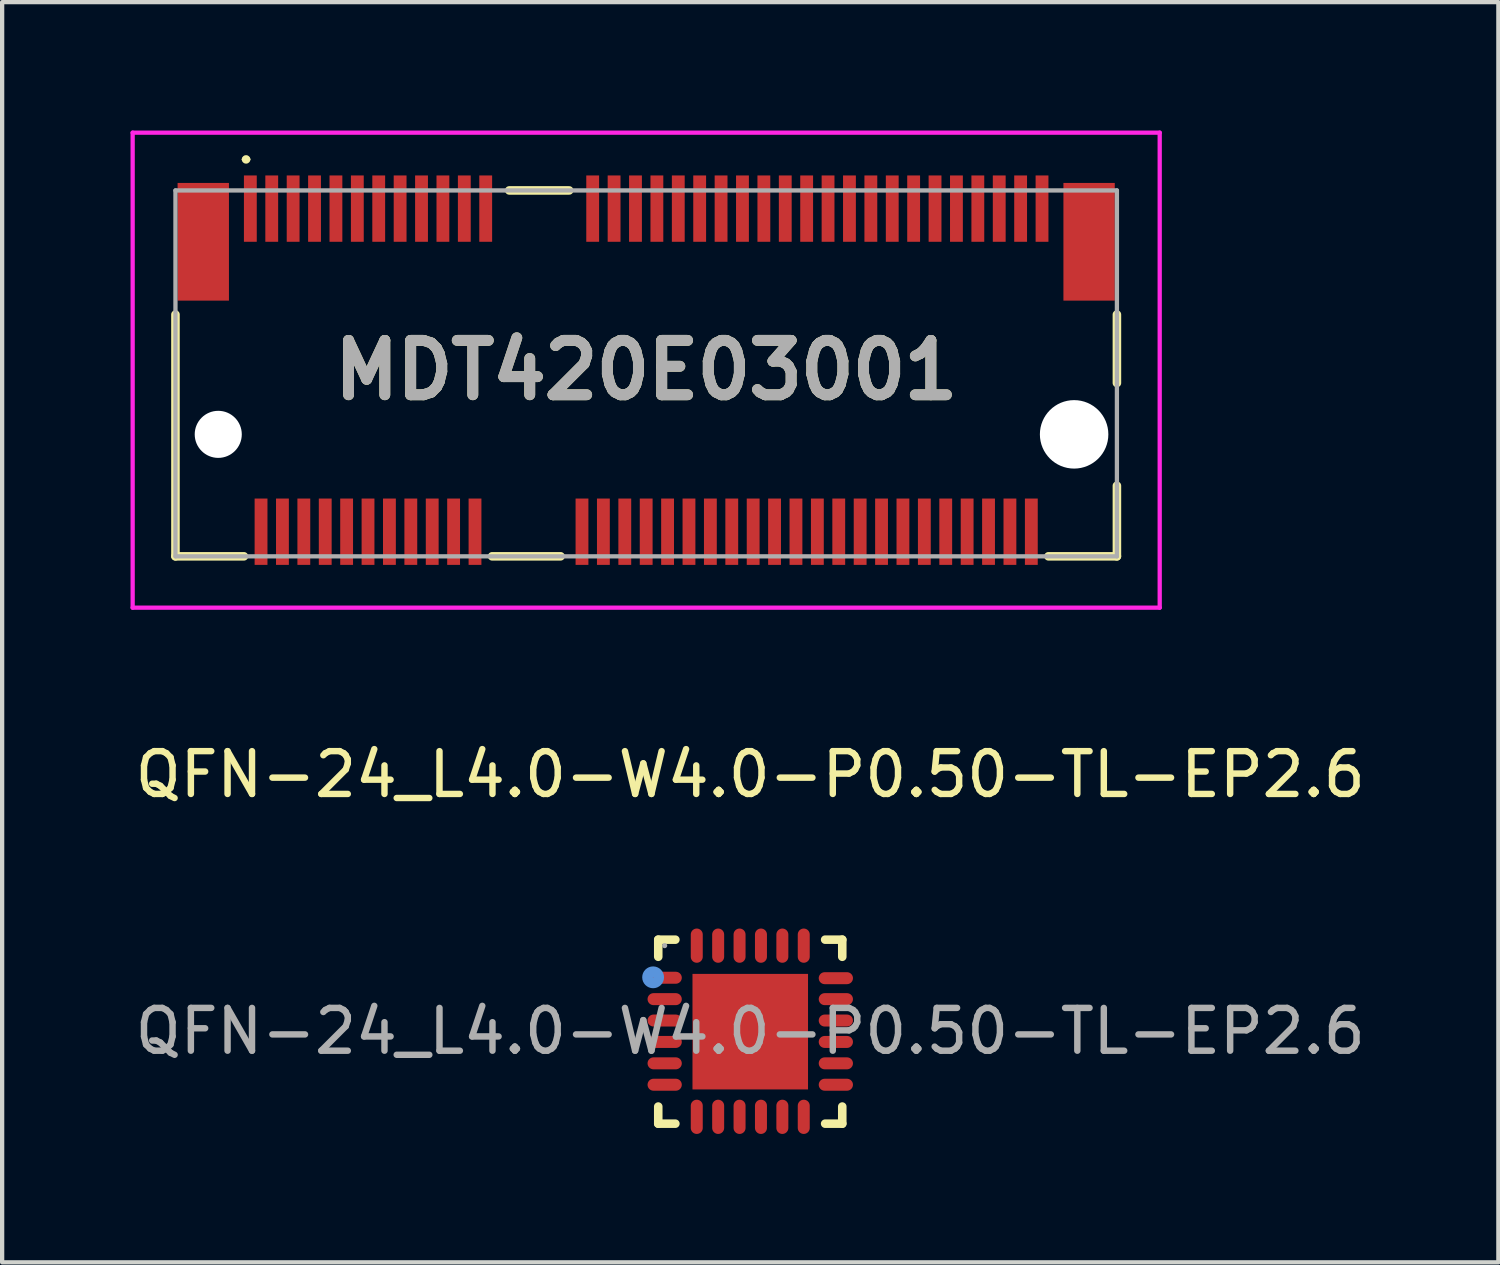
<source format=kicad_pcb>
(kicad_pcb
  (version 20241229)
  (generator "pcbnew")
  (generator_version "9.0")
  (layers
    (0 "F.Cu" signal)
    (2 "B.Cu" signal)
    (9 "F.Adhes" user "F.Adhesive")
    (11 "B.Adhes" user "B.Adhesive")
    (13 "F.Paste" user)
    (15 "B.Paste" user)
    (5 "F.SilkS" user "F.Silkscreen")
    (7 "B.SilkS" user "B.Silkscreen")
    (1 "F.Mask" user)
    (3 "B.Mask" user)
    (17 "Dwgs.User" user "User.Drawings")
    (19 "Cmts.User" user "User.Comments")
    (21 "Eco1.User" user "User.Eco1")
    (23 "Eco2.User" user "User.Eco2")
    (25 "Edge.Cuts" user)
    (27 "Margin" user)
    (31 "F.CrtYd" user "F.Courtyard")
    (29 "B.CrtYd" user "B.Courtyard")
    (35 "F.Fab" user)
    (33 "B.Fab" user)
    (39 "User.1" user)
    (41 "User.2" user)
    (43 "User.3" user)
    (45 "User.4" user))
  (footprint "QFN-24_L4.0-W4.0-P0.50-TL-EP2.6"
    (layer "F.Cu")
    (at 14.482 21.048)
    (property "Reference" "QFN-24_L4.0-W4.0-P0.50-TL-EP2.6" (at 0 -6 0) (layer "F.SilkS") (effects (font (size 1 1) (thickness 0.15))))
    (attr through_hole)
    (fp_line (start -2.15 -2.14) (end -1.75 -2.14) (stroke (width 0.2) (type solid)) (layer "F.SilkS"))
    (fp_line (start -2.15 -1.74) (end -2.15 -2.14) (stroke (width 0.2) (type solid)) (layer "F.SilkS"))
    (fp_line (start -2.15 2.16) (end -2.15 1.76) (stroke (width 0.2) (type solid)) (layer "F.SilkS"))
    (fp_line (start -1.75 2.16) (end -2.15 2.16) (stroke (width 0.2) (type solid)) (layer "F.SilkS"))
    (fp_line (start 1.75 -2.14) (end 2.15 -2.14) (stroke (width 0.2) (type solid)) (layer "F.SilkS"))
    (fp_line (start 1.75 2.16) (end 2.15 2.16) (stroke (width 0.2) (type solid)) (layer "F.SilkS"))
    (fp_line (start 2.15 -2.14) (end 2.15 -1.74) (stroke (width 0.2) (type solid)) (layer "F.SilkS"))
    (fp_line (start 2.15 2.16) (end 2.15 1.76) (stroke (width 0.2) (type solid)) (layer "F.SilkS"))
    (fp_circle (center -2.27 -1.26) (end -2.14 -1.26) (stroke (width 0.25) (type solid)) (fill no) (layer "Cmts.User"))
    (fp_circle (center -2 -2) (end -1.97 -2) (stroke (width 0.06) (type solid)) (fill no) (layer "F.Fab"))
    (fp_text user "${REFERENCE}" (at 0 0 0) (layer "F.Fab") (effects (font (size 1 1) (thickness 0.15))))
    (pad "1" smd oval (at -2 -1.25 90) (size 0.28 0.8) (layers "F.Cu" "F.Mask" "F.Paste"))
    (pad "2" smd oval (at -2 -0.75 90) (size 0.28 0.8) (layers "F.Cu" "F.Mask" "F.Paste"))
    (pad "3" smd oval (at -2 -0.25 90) (size 0.28 0.8) (layers "F.Cu" "F.Mask" "F.Paste"))
    (pad "4" smd oval (at -2 0.25 90) (size 0.28 0.8) (layers "F.Cu" "F.Mask" "F.Paste"))
    (pad "5" smd oval (at -2 0.75 90) (size 0.28 0.8) (layers "F.Cu" "F.Mask" "F.Paste"))
    (pad "6" smd oval (at -2 1.25 90) (size 0.28 0.8) (layers "F.Cu" "F.Mask" "F.Paste"))
    (pad "7" smd oval (at -1.25 2) (size 0.28 0.8) (layers "F.Cu" "F.Mask" "F.Paste"))
    (pad "8" smd oval (at -0.75 2) (size 0.28 0.8) (layers "F.Cu" "F.Mask" "F.Paste"))
    (pad "9" smd oval (at -0.25 2) (size 0.28 0.8) (layers "F.Cu" "F.Mask" "F.Paste"))
    (pad "10" smd oval (at 0.25 2) (size 0.28 0.8) (layers "F.Cu" "F.Mask" "F.Paste"))
    (pad "11" smd oval (at 0.75 2) (size 0.28 0.8) (layers "F.Cu" "F.Mask" "F.Paste"))
    (pad "12" smd oval (at 1.25 2) (size 0.28 0.8) (layers "F.Cu" "F.Mask" "F.Paste"))
    (pad "13" smd oval (at 2 1.25 90) (size 0.28 0.8) (layers "F.Cu" "F.Mask" "F.Paste"))
    (pad "14" smd oval (at 2 0.75 90) (size 0.28 0.8) (layers "F.Cu" "F.Mask" "F.Paste"))
    (pad "15" smd oval (at 2 0.25 90) (size 0.28 0.8) (layers "F.Cu" "F.Mask" "F.Paste"))
    (pad "16" smd oval (at 2 -0.25 90) (size 0.28 0.8) (layers "F.Cu" "F.Mask" "F.Paste"))
    (pad "17" smd oval (at 2 -0.75 90) (size 0.28 0.8) (layers "F.Cu" "F.Mask" "F.Paste"))
    (pad "18" smd oval (at 2 -1.24 90) (size 0.28 0.8) (layers "F.Cu" "F.Mask" "F.Paste"))
    (pad "19" smd oval (at 1.25 -2) (size 0.28 0.8) (layers "F.Cu" "F.Mask" "F.Paste"))
    (pad "20" smd oval (at 0.75 -2) (size 0.28 0.8) (layers "F.Cu" "F.Mask" "F.Paste"))
    (pad "21" smd oval (at 0.25 -2) (size 0.28 0.8) (layers "F.Cu" "F.Mask" "F.Paste"))
    (pad "22" smd oval (at -0.25 -2) (size 0.28 0.8) (layers "F.Cu" "F.Mask" "F.Paste"))
    (pad "23" smd oval (at -0.75 -2) (size 0.28 0.8) (layers "F.Cu" "F.Mask" "F.Paste"))
    (pad "24" smd oval (at -1.25 -2) (size 0.28 0.8) (layers "F.Cu" "F.Mask" "F.Paste"))
    (pad "25" smd rect (at 0 0.01) (size 2.7 2.7) (layers "F.Cu" "F.Mask" "F.Paste")))
  (footprint "MDT420E03001"
    (layer "F.Cu")
    (at 2.8 1.825)
    (property "Reference" "MDT420E03001" (at 9.25 3.775 0) (layer "F.SilkS") (effects (font (size 1.27 1.27) (thickness 0.254))))
    (attr through_hole)
    (fp_line (start -1.75 8.125) (end -1.75 2.475) (stroke (width 0.2) (type solid)) (layer "F.SilkS"))
    (fp_line (start -0.15 -1.15) (end -0.15 -1.15) (stroke (width 0.1) (type solid)) (layer "F.SilkS"))
    (fp_line (start -0.15 8.125) (end -1.75 8.125) (stroke (width 0.2) (type solid)) (layer "F.SilkS"))
    (fp_line (start -0.05 -1.15) (end -0.05 -1.15) (stroke (width 0.1) (type solid)) (layer "F.SilkS"))
    (fp_line (start 7.25 8.125) (end 5.65 8.125) (stroke (width 0.2) (type solid)) (layer "F.SilkS"))
    (fp_line (start 7.45 -0.425) (end 6.05 -0.425) (stroke (width 0.2) (type solid)) (layer "F.SilkS"))
    (fp_line (start 18.65 8.125) (end 20.25 8.125) (stroke (width 0.2) (type solid)) (layer "F.SilkS"))
    (fp_line (start 20.25 2.475) (end 20.25 4.075) (stroke (width 0.2) (type solid)) (layer "F.SilkS"))
    (fp_line (start 20.25 8.125) (end 20.25 6.475) (stroke (width 0.2) (type solid)) (layer "F.SilkS"))
    (fp_arc (start -0.15 -1.15) (mid -0.1 -1.2) (end -0.05 -1.15) (stroke (width 0.1) (type solid)) (layer "F.SilkS"))
    (fp_arc (start -0.05 -1.15) (mid -0.1 -1.1) (end -0.15 -1.15) (stroke (width 0.1) (type solid)) (layer "F.SilkS"))
    (fp_line (start -2.75 -1.775) (end 21.25 -1.775) (stroke (width 0.1) (type solid)) (layer "F.CrtYd"))
    (fp_line (start -2.75 9.325) (end -2.75 -1.775) (stroke (width 0.1) (type solid)) (layer "F.CrtYd"))
    (fp_line (start 21.25 -1.775) (end 21.25 9.325) (stroke (width 0.1) (type solid)) (layer "F.CrtYd"))
    (fp_line (start 21.25 9.325) (end -2.75 9.325) (stroke (width 0.1) (type solid)) (layer "F.CrtYd"))
    (fp_line (start -1.75 -0.425) (end 20.25 -0.425) (stroke (width 0.1) (type solid)) (layer "F.Fab"))
    (fp_line (start -1.75 8.125) (end -1.75 -0.425) (stroke (width 0.1) (type solid)) (layer "F.Fab"))
    (fp_line (start 20.25 -0.425) (end 20.25 8.125) (stroke (width 0.1) (type solid)) (layer "F.Fab"))
    (fp_line (start 20.25 8.125) (end -1.75 8.125) (stroke (width 0.1) (type solid)) (layer "F.Fab"))
    (fp_text user "${REFERENCE}" (at 9.25 3.775 0) (layer "F.Fab") (effects (font (size 1.27 1.27) (thickness 0.254))))
    (pad "" np_thru_hole circle (at -0.75 5.275) (size 1.1 1.1) (drill 1.1) (layers "*.Cu" "*.Mask"))
    (pad "" np_thru_hole circle (at 19.25 5.275) (size 1.6 1.6) (drill 1.6) (layers "*.Cu" "*.Mask"))
    (pad "1" smd rect (at 0 0) (size 0.3 1.55) (layers "F.Cu" "F.Mask" "F.Paste"))
    (pad "2" smd rect (at 0.25 7.55) (size 0.3 1.55) (layers "F.Cu" "F.Mask" "F.Paste"))
    (pad "3" smd rect (at 0.5 0) (size 0.3 1.55) (layers "F.Cu" "F.Mask" "F.Paste"))
    (pad "4" smd rect (at 0.75 7.55) (size 0.3 1.55) (layers "F.Cu" "F.Mask" "F.Paste"))
    (pad "5" smd rect (at 1 0) (size 0.3 1.55) (layers "F.Cu" "F.Mask" "F.Paste"))
    (pad "6" smd rect (at 1.25 7.55) (size 0.3 1.55) (layers "F.Cu" "F.Mask" "F.Paste"))
    (pad "7" smd rect (at 1.5 0) (size 0.3 1.55) (layers "F.Cu" "F.Mask" "F.Paste"))
    (pad "8" smd rect (at 1.75 7.55) (size 0.3 1.55) (layers "F.Cu" "F.Mask" "F.Paste"))
    (pad "9" smd rect (at 2 0) (size 0.3 1.55) (layers "F.Cu" "F.Mask" "F.Paste"))
    (pad "10" smd rect (at 2.25 7.55) (size 0.3 1.55) (layers "F.Cu" "F.Mask" "F.Paste"))
    (pad "11" smd rect (at 2.5 0) (size 0.3 1.55) (layers "F.Cu" "F.Mask" "F.Paste"))
    (pad "12" smd rect (at 2.75 7.55) (size 0.3 1.55) (layers "F.Cu" "F.Mask" "F.Paste"))
    (pad "13" smd rect (at 3 0) (size 0.3 1.55) (layers "F.Cu" "F.Mask" "F.Paste"))
    (pad "14" smd rect (at 3.25 7.55) (size 0.3 1.55) (layers "F.Cu" "F.Mask" "F.Paste"))
    (pad "15" smd rect (at 3.5 0) (size 0.3 1.55) (layers "F.Cu" "F.Mask" "F.Paste"))
    (pad "16" smd rect (at 3.75 7.55) (size 0.3 1.55) (layers "F.Cu" "F.Mask" "F.Paste"))
    (pad "17" smd rect (at 4 0) (size 0.3 1.55) (layers "F.Cu" "F.Mask" "F.Paste"))
    (pad "18" smd rect (at 4.25 7.55) (size 0.3 1.55) (layers "F.Cu" "F.Mask" "F.Paste"))
    (pad "19" smd rect (at 4.5 0) (size 0.3 1.55) (layers "F.Cu" "F.Mask" "F.Paste"))
    (pad "20" smd rect (at 4.75 7.55) (size 0.3 1.55) (layers "F.Cu" "F.Mask" "F.Paste"))
    (pad "21" smd rect (at 5 0) (size 0.3 1.55) (layers "F.Cu" "F.Mask" "F.Paste"))
    (pad "22" smd rect (at 5.25 7.55) (size 0.3 1.55) (layers "F.Cu" "F.Mask" "F.Paste"))
    (pad "23" smd rect (at 5.5 0) (size 0.3 1.55) (layers "F.Cu" "F.Mask" "F.Paste"))
    (pad "32" smd rect (at 7.75 7.55) (size 0.3 1.55) (layers "F.Cu" "F.Mask" "F.Paste"))
    (pad "33" smd rect (at 8 0) (size 0.3 1.55) (layers "F.Cu" "F.Mask" "F.Paste"))
    (pad "34" smd rect (at 8.25 7.55) (size 0.3 1.55) (layers "F.Cu" "F.Mask" "F.Paste"))
    (pad "35" smd rect (at 8.5 0) (size 0.3 1.55) (layers "F.Cu" "F.Mask" "F.Paste"))
    (pad "36" smd rect (at 8.75 7.55) (size 0.3 1.55) (layers "F.Cu" "F.Mask" "F.Paste"))
    (pad "37" smd rect (at 9 0) (size 0.3 1.55) (layers "F.Cu" "F.Mask" "F.Paste"))
    (pad "38" smd rect (at 9.25 7.55) (size 0.3 1.55) (layers "F.Cu" "F.Mask" "F.Paste"))
    (pad "39" smd rect (at 9.5 0) (size 0.3 1.55) (layers "F.Cu" "F.Mask" "F.Paste"))
    (pad "40" smd rect (at 9.75 7.55) (size 0.3 1.55) (layers "F.Cu" "F.Mask" "F.Paste"))
    (pad "41" smd rect (at 10 0) (size 0.3 1.55) (layers "F.Cu" "F.Mask" "F.Paste"))
    (pad "42" smd rect (at 10.25 7.55) (size 0.3 1.55) (layers "F.Cu" "F.Mask" "F.Paste"))
    (pad "43" smd rect (at 10.5 0) (size 0.3 1.55) (layers "F.Cu" "F.Mask" "F.Paste"))
    (pad "44" smd rect (at 10.75 7.55) (size 0.3 1.55) (layers "F.Cu" "F.Mask" "F.Paste"))
    (pad "45" smd rect (at 11 0) (size 0.3 1.55) (layers "F.Cu" "F.Mask" "F.Paste"))
    (pad "46" smd rect (at 11.25 7.55) (size 0.3 1.55) (layers "F.Cu" "F.Mask" "F.Paste"))
    (pad "47" smd rect (at 11.5 0) (size 0.3 1.55) (layers "F.Cu" "F.Mask" "F.Paste"))
    (pad "48" smd rect (at 11.75 7.55) (size 0.3 1.55) (layers "F.Cu" "F.Mask" "F.Paste"))
    (pad "49" smd rect (at 12 0) (size 0.3 1.55) (layers "F.Cu" "F.Mask" "F.Paste"))
    (pad "50" smd rect (at 12.25 7.55) (size 0.3 1.55) (layers "F.Cu" "F.Mask" "F.Paste"))
    (pad "51" smd rect (at 12.5 0) (size 0.3 1.55) (layers "F.Cu" "F.Mask" "F.Paste"))
    (pad "52" smd rect (at 12.75 7.55) (size 0.3 1.55) (layers "F.Cu" "F.Mask" "F.Paste"))
    (pad "53" smd rect (at 13 0) (size 0.3 1.55) (layers "F.Cu" "F.Mask" "F.Paste"))
    (pad "54" smd rect (at 13.25 7.55) (size 0.3 1.55) (layers "F.Cu" "F.Mask" "F.Paste"))
    (pad "55" smd rect (at 13.5 0) (size 0.3 1.55) (layers "F.Cu" "F.Mask" "F.Paste"))
    (pad "56" smd rect (at 13.75 7.55) (size 0.3 1.55) (layers "F.Cu" "F.Mask" "F.Paste"))
    (pad "57" smd rect (at 14 0) (size 0.3 1.55) (layers "F.Cu" "F.Mask" "F.Paste"))
    (pad "58" smd rect (at 14.25 7.55) (size 0.3 1.55) (layers "F.Cu" "F.Mask" "F.Paste"))
    (pad "59" smd rect (at 14.5 0) (size 0.3 1.55) (layers "F.Cu" "F.Mask" "F.Paste"))
    (pad "60" smd rect (at 14.75 7.55) (size 0.3 1.55) (layers "F.Cu" "F.Mask" "F.Paste"))
    (pad "61" smd rect (at 15 0) (size 0.3 1.55) (layers "F.Cu" "F.Mask" "F.Paste"))
    (pad "62" smd rect (at 15.25 7.55) (size 0.3 1.55) (layers "F.Cu" "F.Mask" "F.Paste"))
    (pad "63" smd rect (at 15.5 0) (size 0.3 1.55) (layers "F.Cu" "F.Mask" "F.Paste"))
    (pad "64" smd rect (at 15.75 7.55) (size 0.3 1.55) (layers "F.Cu" "F.Mask" "F.Paste"))
    (pad "65" smd rect (at 16 0) (size 0.3 1.55) (layers "F.Cu" "F.Mask" "F.Paste"))
    (pad "66" smd rect (at 16.25 7.55) (size 0.3 1.55) (layers "F.Cu" "F.Mask" "F.Paste"))
    (pad "67" smd rect (at 16.5 0) (size 0.3 1.55) (layers "F.Cu" "F.Mask" "F.Paste"))
    (pad "68" smd rect (at 16.75 7.55) (size 0.3 1.55) (layers "F.Cu" "F.Mask" "F.Paste"))
    (pad "69" smd rect (at 17 0) (size 0.3 1.55) (layers "F.Cu" "F.Mask" "F.Paste"))
    (pad "70" smd rect (at 17.25 7.55) (size 0.3 1.55) (layers "F.Cu" "F.Mask" "F.Paste"))
    (pad "71" smd rect (at 17.5 0) (size 0.3 1.55) (layers "F.Cu" "F.Mask" "F.Paste"))
    (pad "72" smd rect (at 17.75 7.55) (size 0.3 1.55) (layers "F.Cu" "F.Mask" "F.Paste"))
    (pad "73" smd rect (at 18 0) (size 0.3 1.55) (layers "F.Cu" "F.Mask" "F.Paste"))
    (pad "74" smd rect (at 18.25 7.55) (size 0.3 1.55) (layers "F.Cu" "F.Mask" "F.Paste"))
    (pad "75" smd rect (at 18.5 0) (size 0.3 1.55) (layers "F.Cu" "F.Mask" "F.Paste"))
    (pad "MP1" smd rect (at -1.1 0.775) (size 1.2 2.75) (layers "F.Cu" "F.Mask" "F.Paste"))
    (pad "MP2" smd rect (at 19.6 0.775) (size 1.2 2.75) (layers "F.Cu" "F.Mask" "F.Paste")))
  (gr_rect
    (start -3 -3)
    (end 31.964 26.448)
    (stroke (width 0.1) (type default))
    (fill no)
    (layer "Edge.Cuts")))
</source>
